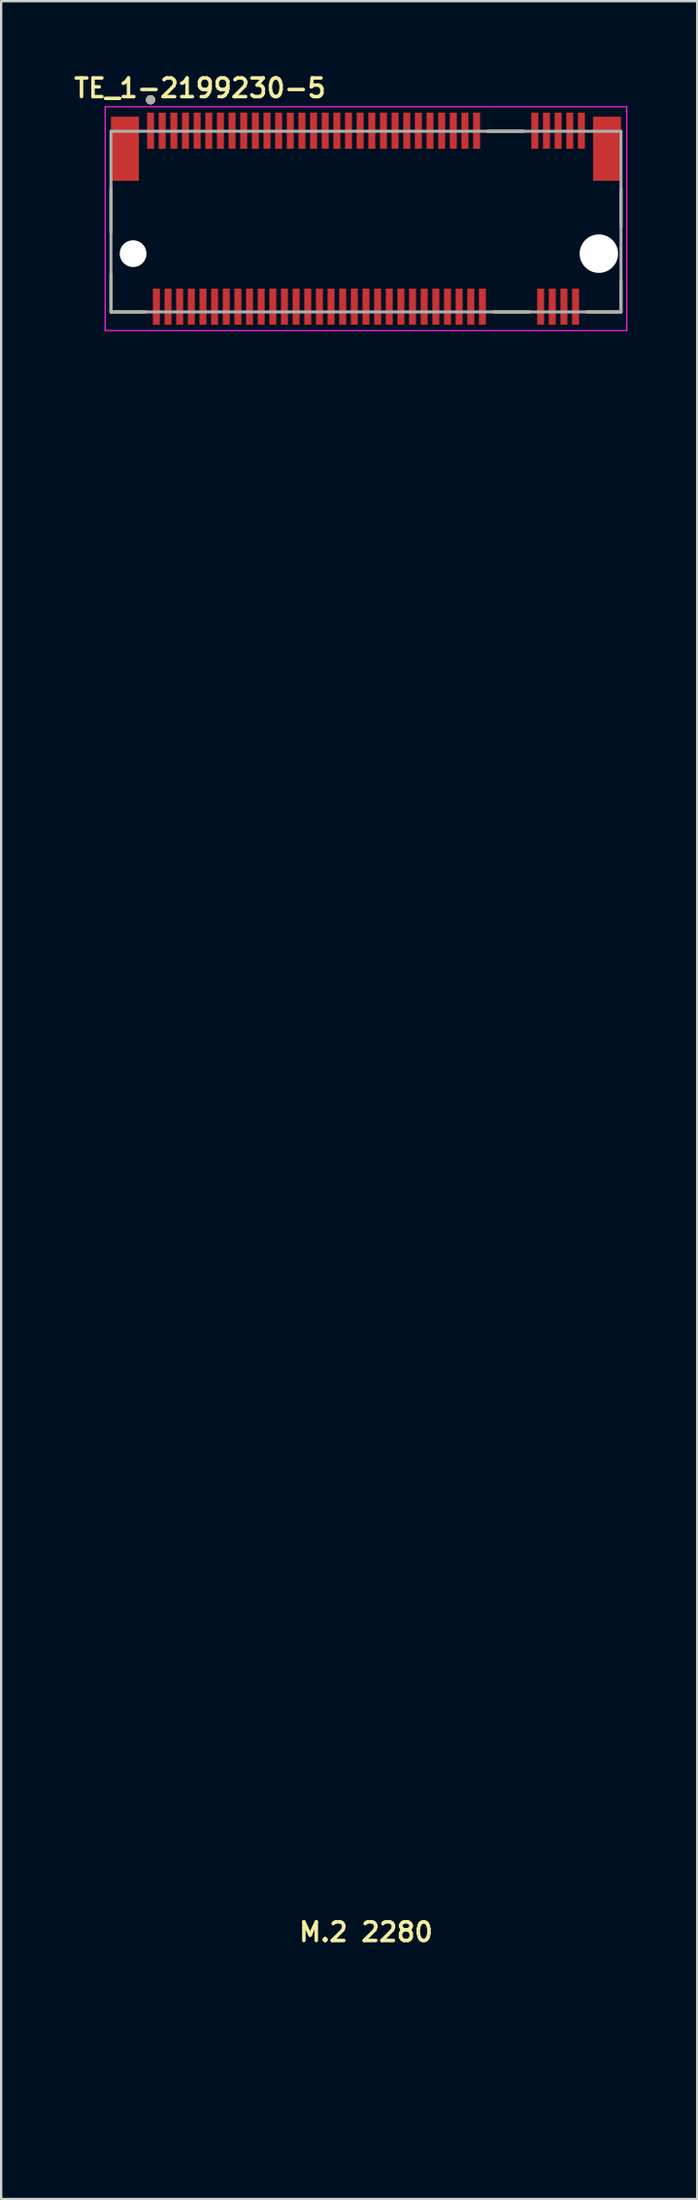
<source format=kicad_pcb>
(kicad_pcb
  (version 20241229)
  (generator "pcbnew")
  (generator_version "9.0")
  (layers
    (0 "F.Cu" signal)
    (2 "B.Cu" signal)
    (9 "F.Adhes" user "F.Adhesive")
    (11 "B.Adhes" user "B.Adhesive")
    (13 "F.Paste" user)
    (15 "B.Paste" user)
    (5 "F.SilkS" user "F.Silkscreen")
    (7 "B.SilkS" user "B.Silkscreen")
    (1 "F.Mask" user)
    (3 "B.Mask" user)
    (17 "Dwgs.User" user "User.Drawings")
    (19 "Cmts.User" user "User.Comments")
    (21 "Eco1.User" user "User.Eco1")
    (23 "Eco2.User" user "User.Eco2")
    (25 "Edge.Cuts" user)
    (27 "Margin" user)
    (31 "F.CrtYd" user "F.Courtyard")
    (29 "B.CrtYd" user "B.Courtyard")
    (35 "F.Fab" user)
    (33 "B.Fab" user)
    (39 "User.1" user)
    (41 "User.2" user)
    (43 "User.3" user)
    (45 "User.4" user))
  (footprint "TE_1-2199230-5"
    (layer "F.Cu")
    (at 12.665 7.831)
    (property "Reference" "TE_1-2199230-5" (at -7.13 -7.1 180) (layer "F.SilkS") (effects (font (size 0.8 0.8) (thickness 0.15))))
    (attr through_hole)
    (fp_line (start -10.95 -2.805) (end -10.95 -0.895) (stroke (width 0.127) (type solid)) (layer "F.SilkS"))
    (fp_line (start -10.95 0.895) (end -10.95 2.5) (stroke (width 0.127) (type solid)) (layer "F.SilkS"))
    (fp_line (start -10.95 2.5) (end -9.47 2.5) (stroke (width 0.127) (type solid)) (layer "F.SilkS"))
    (fp_line (start 5.22 -5.25) (end 6.78 -5.25) (stroke (width 0.127) (type solid)) (layer "F.SilkS"))
    (fp_line (start 5.47 2.5) (end 7.03 2.5) (stroke (width 0.127) (type solid)) (layer "F.SilkS"))
    (fp_line (start 9.47 2.5) (end 10.95 2.5) (stroke (width 0.127) (type solid)) (layer "F.SilkS"))
    (fp_line (start 10.95 -1.145) (end 10.95 -2.8) (stroke (width 0.127) (type solid)) (layer "F.SilkS"))
    (fp_line (start 10.95 2.5) (end 10.95 1.145) (stroke (width 0.127) (type solid)) (layer "F.SilkS"))
    (fp_circle (center -9.25 -6.6) (end -9.15 -6.6) (stroke (width 0.2) (type solid)) (fill no) (layer "F.SilkS"))
    (fp_circle (center 0 78.25) (end 2.2 78.25) (stroke (width 0.01) (type solid)) (fill no) (layer "Eco1.User"))
    (fp_line (start -11.2 -6.3) (end -11.2 3.3) (stroke (width 0.05) (type solid)) (layer "F.CrtYd"))
    (fp_line (start -11.2 3.3) (end 11.2 3.3) (stroke (width 0.05) (type solid)) (layer "F.CrtYd"))
    (fp_line (start 11.2 -6.3) (end -11.2 -6.3) (stroke (width 0.05) (type solid)) (layer "F.CrtYd"))
    (fp_line (start 11.2 3.3) (end 11.2 -6.3) (stroke (width 0.05) (type solid)) (layer "F.CrtYd"))
    (fp_line (start -10.95 -5.25) (end 10.95 -5.25) (stroke (width 0.127) (type solid)) (layer "F.Fab"))
    (fp_line (start -10.95 2.5) (end -10.95 -5.25) (stroke (width 0.127) (type solid)) (layer "F.Fab"))
    (fp_line (start 10.95 -5.25) (end 10.95 2.5) (stroke (width 0.127) (type solid)) (layer "F.Fab"))
    (fp_line (start 10.95 2.5) (end -10.95 2.5) (stroke (width 0.127) (type solid)) (layer "F.Fab"))
    (fp_circle (center -9.25 -6.6) (end -9.15 -6.6) (stroke (width 0.2) (type solid)) (fill no) (layer "F.Fab"))
    (fp_text user "M.2 2280" (at 0 72 180) (layer "F.SilkS") (effects (font (size 0.8 0.8) (thickness 0.15))))
    (pad "" np_thru_hole circle (at -10 0) (size 1.15 1.15) (drill 1.15) (layers "*.Cu" "*.Mask"))
    (pad "" np_thru_hole circle (at 10 0) (size 1.65 1.65) (drill 1.65) (layers "*.Cu" "*.Mask"))
    (pad "1" smd rect (at -9.25 -5.275) (size 0.3 1.55) (layers "F.Cu" "F.Mask" "F.Paste"))
    (pad "2" smd rect (at -9 2.275) (size 0.3 1.55) (layers "F.Cu" "F.Mask" "F.Paste"))
    (pad "3" smd rect (at -8.75 -5.275) (size 0.3 1.55) (layers "F.Cu" "F.Mask" "F.Paste"))
    (pad "4" smd rect (at -8.5 2.275) (size 0.3 1.55) (layers "F.Cu" "F.Mask" "F.Paste"))
    (pad "5" smd rect (at -8.25 -5.275) (size 0.3 1.55) (layers "F.Cu" "F.Mask" "F.Paste"))
    (pad "6" smd rect (at -8 2.275) (size 0.3 1.55) (layers "F.Cu" "F.Mask" "F.Paste"))
    (pad "7" smd rect (at -7.75 -5.275) (size 0.3 1.55) (layers "F.Cu" "F.Mask" "F.Paste"))
    (pad "8" smd rect (at -7.5 2.275) (size 0.3 1.55) (layers "F.Cu" "F.Mask" "F.Paste"))
    (pad "9" smd rect (at -7.25 -5.275) (size 0.3 1.55) (layers "F.Cu" "F.Mask" "F.Paste"))
    (pad "10" smd rect (at -7 2.275) (size 0.3 1.55) (layers "F.Cu" "F.Mask" "F.Paste"))
    (pad "11" smd rect (at -6.75 -5.275) (size 0.3 1.55) (layers "F.Cu" "F.Mask" "F.Paste"))
    (pad "12" smd rect (at -6.5 2.275) (size 0.3 1.55) (layers "F.Cu" "F.Mask" "F.Paste"))
    (pad "13" smd rect (at -6.25 -5.275) (size 0.3 1.55) (layers "F.Cu" "F.Mask" "F.Paste"))
    (pad "14" smd rect (at -6 2.275) (size 0.3 1.55) (layers "F.Cu" "F.Mask" "F.Paste"))
    (pad "15" smd rect (at -5.75 -5.275) (size 0.3 1.55) (layers "F.Cu" "F.Mask" "F.Paste"))
    (pad "16" smd rect (at -5.5 2.275) (size 0.3 1.55) (layers "F.Cu" "F.Mask" "F.Paste"))
    (pad "17" smd rect (at -5.25 -5.275) (size 0.3 1.55) (layers "F.Cu" "F.Mask" "F.Paste"))
    (pad "18" smd rect (at -5 2.275) (size 0.3 1.55) (layers "F.Cu" "F.Mask" "F.Paste"))
    (pad "19" smd rect (at -4.75 -5.275) (size 0.3 1.55) (layers "F.Cu" "F.Mask" "F.Paste"))
    (pad "20" smd rect (at -4.5 2.275) (size 0.3 1.55) (layers "F.Cu" "F.Mask" "F.Paste"))
    (pad "21" smd rect (at -4.25 -5.275) (size 0.3 1.55) (layers "F.Cu" "F.Mask" "F.Paste"))
    (pad "22" smd rect (at -4 2.275) (size 0.3 1.55) (layers "F.Cu" "F.Mask" "F.Paste"))
    (pad "23" smd rect (at -3.75 -5.275) (size 0.3 1.55) (layers "F.Cu" "F.Mask" "F.Paste"))
    (pad "24" smd rect (at -3.5 2.275) (size 0.3 1.55) (layers "F.Cu" "F.Mask" "F.Paste"))
    (pad "25" smd rect (at -3.25 -5.275) (size 0.3 1.55) (layers "F.Cu" "F.Mask" "F.Paste"))
    (pad "26" smd rect (at -3 2.275) (size 0.3 1.55) (layers "F.Cu" "F.Mask" "F.Paste"))
    (pad "27" smd rect (at -2.75 -5.275) (size 0.3 1.55) (layers "F.Cu" "F.Mask" "F.Paste"))
    (pad "28" smd rect (at -2.5 2.275) (size 0.3 1.55) (layers "F.Cu" "F.Mask" "F.Paste"))
    (pad "29" smd rect (at -2.25 -5.275) (size 0.3 1.55) (layers "F.Cu" "F.Mask" "F.Paste"))
    (pad "30" smd rect (at -2 2.275) (size 0.3 1.55) (layers "F.Cu" "F.Mask" "F.Paste"))
    (pad "31" smd rect (at -1.75 -5.275) (size 0.3 1.55) (layers "F.Cu" "F.Mask" "F.Paste"))
    (pad "32" smd rect (at -1.5 2.275) (size 0.3 1.55) (layers "F.Cu" "F.Mask" "F.Paste"))
    (pad "33" smd rect (at -1.25 -5.275) (size 0.3 1.55) (layers "F.Cu" "F.Mask" "F.Paste"))
    (pad "34" smd rect (at -1 2.275) (size 0.3 1.55) (layers "F.Cu" "F.Mask" "F.Paste"))
    (pad "35" smd rect (at -0.75 -5.275) (size 0.3 1.55) (layers "F.Cu" "F.Mask" "F.Paste"))
    (pad "36" smd rect (at -0.5 2.275) (size 0.3 1.55) (layers "F.Cu" "F.Mask" "F.Paste"))
    (pad "37" smd rect (at -0.25 -5.275) (size 0.3 1.55) (layers "F.Cu" "F.Mask" "F.Paste"))
    (pad "38" smd rect (at 0 2.275) (size 0.3 1.55) (layers "F.Cu" "F.Mask" "F.Paste"))
    (pad "39" smd rect (at 0.25 -5.275) (size 0.3 1.55) (layers "F.Cu" "F.Mask" "F.Paste"))
    (pad "40" smd rect (at 0.5 2.275) (size 0.3 1.55) (layers "F.Cu" "F.Mask" "F.Paste"))
    (pad "41" smd rect (at 0.75 -5.275) (size 0.3 1.55) (layers "F.Cu" "F.Mask" "F.Paste"))
    (pad "42" smd rect (at 1 2.275) (size 0.3 1.55) (layers "F.Cu" "F.Mask" "F.Paste"))
    (pad "43" smd rect (at 1.25 -5.275) (size 0.3 1.55) (layers "F.Cu" "F.Mask" "F.Paste"))
    (pad "44" smd rect (at 1.5 2.275) (size 0.3 1.55) (layers "F.Cu" "F.Mask" "F.Paste"))
    (pad "45" smd rect (at 1.75 -5.275) (size 0.3 1.55) (layers "F.Cu" "F.Mask" "F.Paste"))
    (pad "46" smd rect (at 2 2.275) (size 0.3 1.55) (layers "F.Cu" "F.Mask" "F.Paste"))
    (pad "47" smd rect (at 2.25 -5.275) (size 0.3 1.55) (layers "F.Cu" "F.Mask" "F.Paste"))
    (pad "48" smd rect (at 2.5 2.275) (size 0.3 1.55) (layers "F.Cu" "F.Mask" "F.Paste"))
    (pad "49" smd rect (at 2.75 -5.275) (size 0.3 1.55) (layers "F.Cu" "F.Mask" "F.Paste"))
    (pad "50" smd rect (at 3 2.275) (size 0.3 1.55) (layers "F.Cu" "F.Mask" "F.Paste"))
    (pad "51" smd rect (at 3.25 -5.275) (size 0.3 1.55) (layers "F.Cu" "F.Mask" "F.Paste"))
    (pad "52" smd rect (at 3.5 2.275) (size 0.3 1.55) (layers "F.Cu" "F.Mask" "F.Paste"))
    (pad "53" smd rect (at 3.75 -5.275) (size 0.3 1.55) (layers "F.Cu" "F.Mask" "F.Paste"))
    (pad "54" smd rect (at 4 2.275) (size 0.3 1.55) (layers "F.Cu" "F.Mask" "F.Paste"))
    (pad "55" smd rect (at 4.25 -5.275) (size 0.3 1.55) (layers "F.Cu" "F.Mask" "F.Paste"))
    (pad "56" smd rect (at 4.5 2.275) (size 0.3 1.55) (layers "F.Cu" "F.Mask" "F.Paste"))
    (pad "57" smd rect (at 4.75 -5.275) (size 0.3 1.55) (layers "F.Cu" "F.Mask" "F.Paste"))
    (pad "58" smd rect (at 5 2.275) (size 0.3 1.55) (layers "F.Cu" "F.Mask" "F.Paste"))
    (pad "67" smd rect (at 7.25 -5.275) (size 0.3 1.55) (layers "F.Cu" "F.Mask" "F.Paste"))
    (pad "68" smd rect (at 7.5 2.275) (size 0.3 1.55) (layers "F.Cu" "F.Mask" "F.Paste"))
    (pad "69" smd rect (at 7.75 -5.275) (size 0.3 1.55) (layers "F.Cu" "F.Mask" "F.Paste"))
    (pad "70" smd rect (at 8 2.275) (size 0.3 1.55) (layers "F.Cu" "F.Mask" "F.Paste"))
    (pad "71" smd rect (at 8.25 -5.275) (size 0.3 1.55) (layers "F.Cu" "F.Mask" "F.Paste"))
    (pad "72" smd rect (at 8.5 2.275) (size 0.3 1.55) (layers "F.Cu" "F.Mask" "F.Paste"))
    (pad "73" smd rect (at 8.75 -5.275) (size 0.3 1.55) (layers "F.Cu" "F.Mask" "F.Paste"))
    (pad "74" smd rect (at 9 2.275) (size 0.3 1.55) (layers "F.Cu" "F.Mask" "F.Paste"))
    (pad "75" smd rect (at 9.25 -5.275) (size 0.3 1.55) (layers "F.Cu" "F.Mask" "F.Paste"))
    (pad "S1" smd rect (at -10.35 -4.5) (size 1.2 2.75) (layers "F.Cu" "F.Mask" "F.Paste"))
    (pad "S2" smd rect (at 10.35 -4.5) (size 1.2 2.75) (layers "F.Cu" "F.Mask" "F.Paste")))
  (gr_rect
    (start -3 -3)
    (end 26.89 91.286)
    (stroke (width 0.1) (type default))
    (fill no)
    (layer "Edge.Cuts")))
</source>
